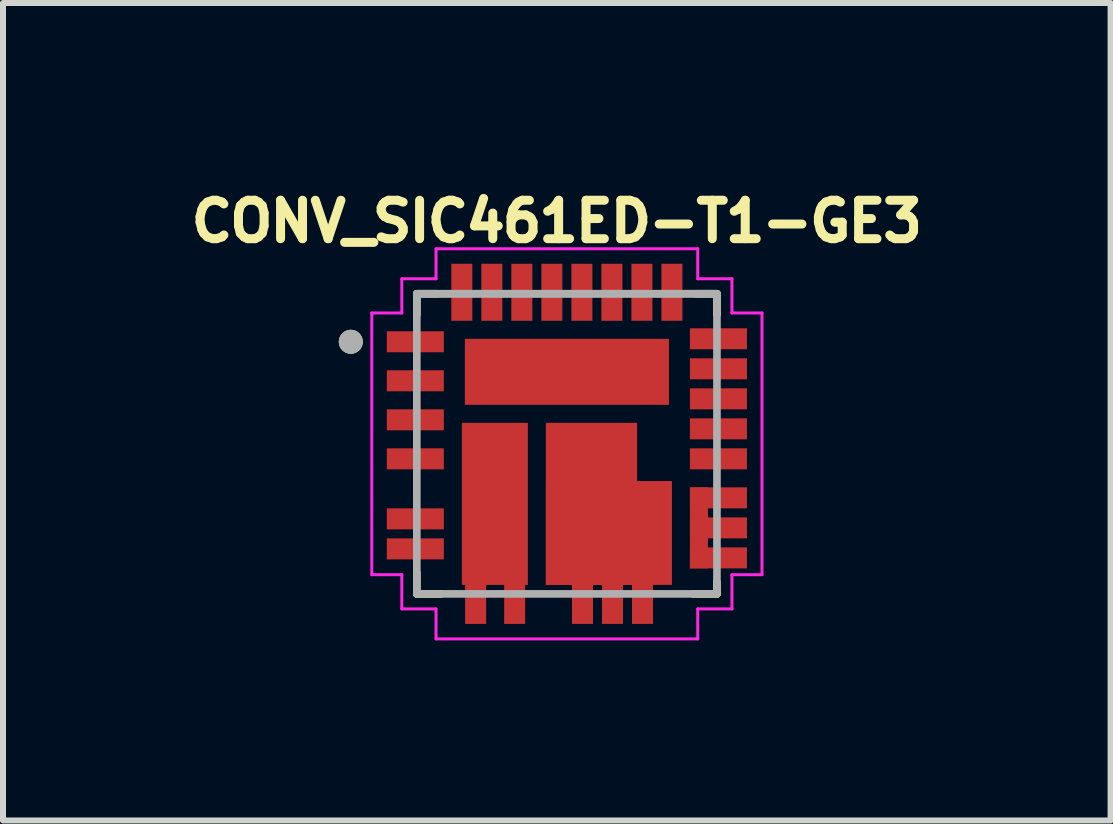
<source format=kicad_pcb>
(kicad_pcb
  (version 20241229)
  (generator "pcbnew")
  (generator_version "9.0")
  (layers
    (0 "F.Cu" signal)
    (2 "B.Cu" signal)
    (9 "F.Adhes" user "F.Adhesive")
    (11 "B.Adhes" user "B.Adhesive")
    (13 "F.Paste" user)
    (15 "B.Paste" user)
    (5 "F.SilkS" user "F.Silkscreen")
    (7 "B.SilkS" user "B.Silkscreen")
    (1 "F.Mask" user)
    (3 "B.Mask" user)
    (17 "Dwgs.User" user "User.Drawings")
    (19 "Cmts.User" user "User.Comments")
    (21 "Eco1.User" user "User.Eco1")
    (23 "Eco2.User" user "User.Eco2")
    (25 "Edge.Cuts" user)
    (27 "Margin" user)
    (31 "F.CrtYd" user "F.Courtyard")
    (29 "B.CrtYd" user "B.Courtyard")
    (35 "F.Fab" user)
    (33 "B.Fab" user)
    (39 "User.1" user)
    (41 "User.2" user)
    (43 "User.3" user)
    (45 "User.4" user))
  (footprint "CONV_SIC461ED-T1-GE3"
    (layer "F.Cu")
    (at 6.394 4.344)
    (property "Reference" "CONV_SIC461ED-T1-GE3" (at -0.168 -3.706 0) (layer "F.SilkS") (effects (font (size 0.64 0.64) (thickness 0.15))))
    (attr through_hole)
    (fp_line (start -2.5 -2.5) (end -2.15 -2.5) (stroke (width 0.127) (type solid)) (layer "F.SilkS"))
    (fp_line (start -2.5 -2.15) (end -2.5 -2.5) (stroke (width 0.127) (type solid)) (layer "F.SilkS"))
    (fp_line (start -2.5 2.5) (end -2.5 2.15) (stroke (width 0.127) (type solid)) (layer "F.SilkS"))
    (fp_line (start -2.1 2.5) (end -2.5 2.5) (stroke (width 0.127) (type solid)) (layer "F.SilkS"))
    (fp_line (start 2.15 -2.5) (end 2.5 -2.5) (stroke (width 0.127) (type solid)) (layer "F.SilkS"))
    (fp_line (start 2.5 -2.5) (end 2.5 -2.15) (stroke (width 0.127) (type solid)) (layer "F.SilkS"))
    (fp_line (start 2.5 2.3) (end 2.5 2.5) (stroke (width 0.127) (type solid)) (layer "F.SilkS"))
    (fp_line (start 2.5 2.5) (end 2.1 2.5) (stroke (width 0.127) (type solid)) (layer "F.SilkS"))
    (fp_circle (center -3.6 -1.7) (end -3.5 -1.7) (stroke (width 0.2) (type solid)) (fill no) (layer "F.SilkS"))
    (fp_line (start -3.25 -2.18) (end -2.75 -2.18) (stroke (width 0.05) (type solid)) (layer "F.CrtYd"))
    (fp_line (start -3.25 2.18) (end -3.25 -2.18) (stroke (width 0.05) (type solid)) (layer "F.CrtYd"))
    (fp_line (start -2.75 -2.75) (end -2.18 -2.75) (stroke (width 0.05) (type solid)) (layer "F.CrtYd"))
    (fp_line (start -2.75 -2.18) (end -2.75 -2.75) (stroke (width 0.05) (type solid)) (layer "F.CrtYd"))
    (fp_line (start -2.75 2.18) (end -3.25 2.18) (stroke (width 0.05) (type solid)) (layer "F.CrtYd"))
    (fp_line (start -2.75 2.75) (end -2.75 2.18) (stroke (width 0.05) (type solid)) (layer "F.CrtYd"))
    (fp_line (start -2.18 -3.25) (end 2.18 -3.25) (stroke (width 0.05) (type solid)) (layer "F.CrtYd"))
    (fp_line (start -2.18 -2.75) (end -2.18 -3.25) (stroke (width 0.05) (type solid)) (layer "F.CrtYd"))
    (fp_line (start -2.18 2.75) (end -2.75 2.75) (stroke (width 0.05) (type solid)) (layer "F.CrtYd"))
    (fp_line (start -2.18 3.25) (end -2.18 2.75) (stroke (width 0.05) (type solid)) (layer "F.CrtYd"))
    (fp_line (start 2.18 -3.25) (end 2.18 -2.75) (stroke (width 0.05) (type solid)) (layer "F.CrtYd"))
    (fp_line (start 2.18 -2.75) (end 2.75 -2.75) (stroke (width 0.05) (type solid)) (layer "F.CrtYd"))
    (fp_line (start 2.18 2.75) (end 2.18 3.25) (stroke (width 0.05) (type solid)) (layer "F.CrtYd"))
    (fp_line (start 2.18 3.25) (end -2.18 3.25) (stroke (width 0.05) (type solid)) (layer "F.CrtYd"))
    (fp_line (start 2.75 -2.75) (end 2.75 -2.18) (stroke (width 0.05) (type solid)) (layer "F.CrtYd"))
    (fp_line (start 2.75 -2.18) (end 3.25 -2.18) (stroke (width 0.05) (type solid)) (layer "F.CrtYd"))
    (fp_line (start 2.75 2.18) (end 2.75 2.75) (stroke (width 0.05) (type solid)) (layer "F.CrtYd"))
    (fp_line (start 2.75 2.75) (end 2.18 2.75) (stroke (width 0.05) (type solid)) (layer "F.CrtYd"))
    (fp_line (start 3.25 -2.18) (end 3.25 2.18) (stroke (width 0.05) (type solid)) (layer "F.CrtYd"))
    (fp_line (start 3.25 2.18) (end 2.75 2.18) (stroke (width 0.05) (type solid)) (layer "F.CrtYd"))
    (fp_line (start -2.5 -2.5) (end 2.5 -2.5) (stroke (width 0.127) (type solid)) (layer "F.Fab"))
    (fp_line (start -2.5 -2.5) (end 2.5 -2.5) (stroke (width 0.127) (type solid)) (layer "F.Fab"))
    (fp_line (start -2.5 2.5) (end -2.5 -2.5) (stroke (width 0.127) (type solid)) (layer "F.Fab"))
    (fp_line (start 2.5 -2.5) (end 2.5 2.5) (stroke (width 0.127) (type solid)) (layer "F.Fab"))
    (fp_line (start 2.5 2.5) (end -2.5 2.5) (stroke (width 0.127) (type solid)) (layer "F.Fab"))
    (fp_circle (center -3.6 -1.7) (end -3.5 -1.7) (stroke (width 0.2) (type solid)) (fill no) (layer "F.Fab"))
    (pad "1" smd rect (at -2.525 -1.7) (size 0.95 0.35) (layers "F.Cu" "F.Mask" "F.Paste"))
    (pad "2" smd rect (at -2.525 -1.05) (size 0.95 0.35) (layers "F.Cu" "F.Mask" "F.Paste"))
    (pad "3" smd rect (at -2.525 -0.4) (size 0.95 0.35) (layers "F.Cu" "F.Mask" "F.Paste"))
    (pad "4" smd rect (at -2.525 0.25) (size 0.95 0.35) (layers "F.Cu" "F.Mask" "F.Paste"))
    (pad "5" smd rect (at -2.525 1.25) (size 0.95 0.35) (layers "F.Cu" "F.Mask" "F.Paste"))
    (pad "6" smd rect (at -2.525 1.75) (size 0.95 0.35) (layers "F.Cu" "F.Mask" "F.Paste"))
    (pad "7" smd rect (at -1.52 2.525 90) (size 0.95 0.35) (layers "F.Cu" "F.Mask" "F.Paste"))
    (pad "8" smd rect (at -0.87 2.525 90) (size 0.95 0.35) (layers "F.Cu" "F.Mask" "F.Paste"))
    (pad "9" smd rect (at 0.26 2.525 90) (size 0.95 0.35) (layers "F.Cu" "F.Mask" "F.Paste"))
    (pad "10" smd rect (at 0.76 2.525 90) (size 0.95 0.35) (layers "F.Cu" "F.Mask" "F.Paste"))
    (pad "11" smd rect (at 1.26 2.525 90) (size 0.95 0.35) (layers "F.Cu" "F.Mask" "F.Paste"))
    (pad "12" smd rect (at 2.525 1.9 180) (size 0.95 0.35) (layers "F.Cu" "F.Mask" "F.Paste"))
    (pad "13" smd rect (at 2.525 1.4 180) (size 0.95 0.35) (layers "F.Cu" "F.Mask" "F.Paste"))
    (pad "14" smd rect (at 2.525 0.9 180) (size 0.95 0.35) (layers "F.Cu" "F.Mask" "F.Paste"))
    (pad "14.1" smd rect (at 2.2 1.4 270) (size 1.35 0.3) (layers "F.Cu" "F.Mask" "F.Paste"))
    (pad "15" smd rect (at 2.525 0.25 180) (size 0.95 0.35) (layers "F.Cu" "F.Mask" "F.Paste"))
    (pad "16" smd rect (at 2.525 -0.25 180) (size 0.95 0.35) (layers "F.Cu" "F.Mask" "F.Paste"))
    (pad "17" smd rect (at 2.525 -0.75 180) (size 0.95 0.35) (layers "F.Cu" "F.Mask" "F.Paste"))
    (pad "18" smd rect (at 2.525 -1.25 180) (size 0.95 0.35) (layers "F.Cu" "F.Mask" "F.Paste"))
    (pad "19" smd rect (at 2.525 -1.75 180) (size 0.95 0.35) (layers "F.Cu" "F.Mask" "F.Paste"))
    (pad "20" smd rect (at 1.75 -2.525 270) (size 0.95 0.35) (layers "F.Cu" "F.Mask" "F.Paste"))
    (pad "21" smd rect (at 1.25 -2.525 270) (size 0.95 0.35) (layers "F.Cu" "F.Mask" "F.Paste"))
    (pad "22" smd rect (at 0.75 -2.525 270) (size 0.95 0.35) (layers "F.Cu" "F.Mask" "F.Paste"))
    (pad "23" smd rect (at 0.25 -2.525 270) (size 0.95 0.35) (layers "F.Cu" "F.Mask" "F.Paste"))
    (pad "24" smd rect (at -0.25 -2.525 270) (size 0.95 0.35) (layers "F.Cu" "F.Mask" "F.Paste"))
    (pad "25" smd rect (at -0.75 -2.525 270) (size 0.95 0.35) (layers "F.Cu" "F.Mask" "F.Paste"))
    (pad "26" smd rect (at -1.25 -2.525 270) (size 0.95 0.35) (layers "F.Cu" "F.Mask" "F.Paste"))
    (pad "27" smd rect (at -1.75 -2.525 270) (size 0.95 0.35) (layers "F.Cu" "F.Mask" "F.Paste"))
    (pad "28" smd rect (at 0 -1.2) (size 3.4 1.1) (layers "F.Cu" "F.Mask" "F.Paste"))
    (pad "29" smd rect (at -1.2 1 90) (size 2.7 1.1) (layers "F.Cu" "F.Mask" "F.Paste"))
    (pad "30.1" smd rect (at 0.41 1 90) (size 2.7 1.52) (layers "F.Cu" "F.Mask" "F.Paste"))
    (pad "30.2" smd rect (at 0.7 1.485 180) (size 2.1 1.73) (layers "F.Cu" "F.Mask" "F.Paste")))
  (gr_rect
    (start -3 -3)
    (end 15.452 10.619)
    (stroke (width 0.1) (type default))
    (fill no)
    (layer "Edge.Cuts")))
</source>
